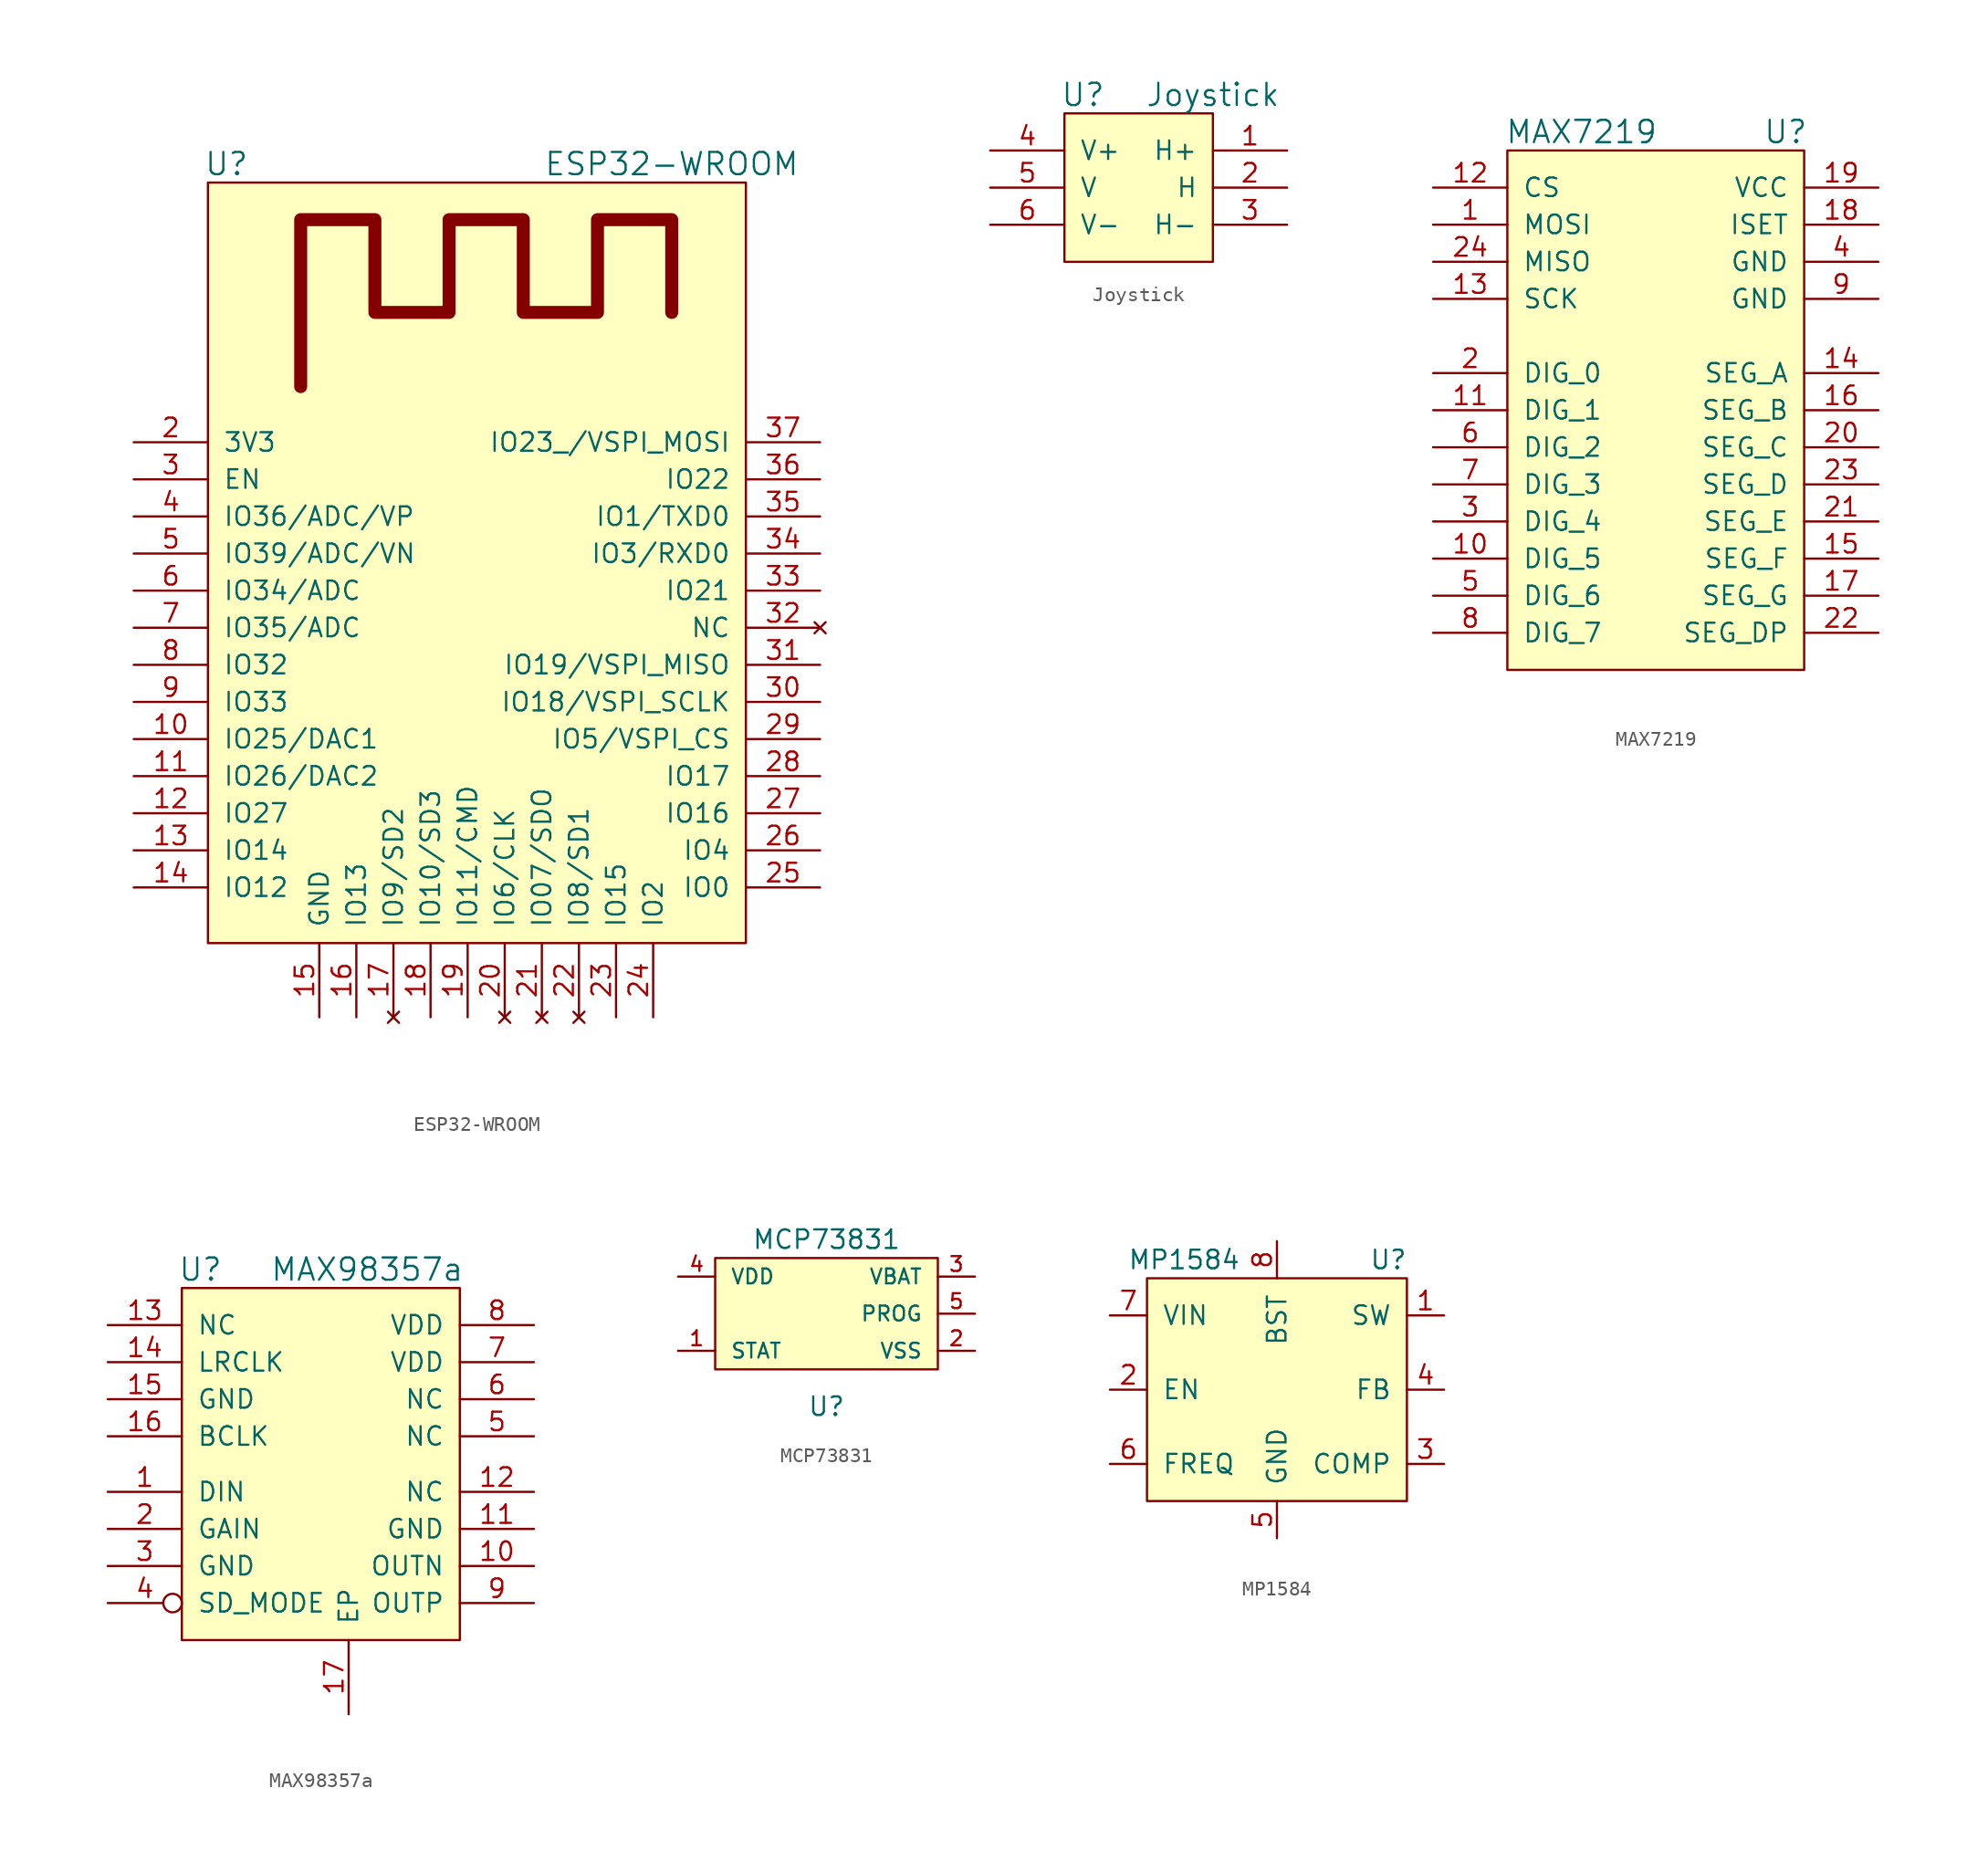
<source format=kicad_sym>
(kicad_symbol_lib
  (version 20211014)
  (generator kicad_symbol_editor)
  (symbol "ESP32-WROOM"
    (pin_names
      (offset 1.016))
    (property "Reference" "U"
      (at -17.78 31.75 0)
      (effects (font (size 1.524 1.524))))
    (property "Value" "ESP32-WROOM"
      (at 12.7 31.75 0)
      (effects (font (size 1.524 1.524))))
    (symbol "ESP32-WROOM_0_1"
      (rectangle (start -19.05 30.48) (end 17.78 -21.59) (stroke (width 0) (type default) (color 0 0 0 0)) (fill (type background)))
      (polyline (pts (xy -12.7 16.51) (xy -12.7 27.94) (xy -7.62 27.94) (xy -7.62 21.59) (xy -2.54 21.59) (xy -2.54 27.94) (xy 2.54 27.94) (xy 2.54 21.59) (xy 7.62 21.59) (xy 7.62 27.94) (xy 12.7 27.94) (xy 12.7 21.59)) (stroke (width 0.889) (type default) (color 0 0 0 0)) (fill (type none))))
    (symbol "ESP32-WROOM_1_1"
      (pin power_out line (at -11.43 -26.67 90) (length 5.08) hide (name "GND" (effects (font (size 1.27 1.27)))) (number "1" (effects (font (size 1.27 1.27)))))
      (pin bidirectional line (at -24.13 -7.62 0) (length 5.08) (name "IO25/DAC1" (effects (font (size 1.27 1.27)))) (number "10" (effects (font (size 1.27 1.27)))))
      (pin bidirectional line (at -24.13 -10.16 0) (length 5.08) (name "IO26/DAC2" (effects (font (size 1.27 1.27)))) (number "11" (effects (font (size 1.27 1.27)))))
      (pin bidirectional line (at -24.13 -12.7 0) (length 5.08) (name "IO27" (effects (font (size 1.27 1.27)))) (number "12" (effects (font (size 1.27 1.27)))))
      (pin bidirectional line (at -24.13 -15.24 0) (length 5.08) (name "IO14" (effects (font (size 1.27 1.27)))) (number "13" (effects (font (size 1.27 1.27)))))
      (pin bidirectional line (at -24.13 -17.78 0) (length 5.08) (name "IO12" (effects (font (size 1.27 1.27)))) (number "14" (effects (font (size 1.27 1.27)))))
      (pin power_in line (at -11.43 -26.67 90) (length 5.08) (name "GND" (effects (font (size 1.27 1.27)))) (number "15" (effects (font (size 1.27 1.27)))))
      (pin bidirectional line (at -8.89 -26.67 90) (length 5.08) (name "IO13" (effects (font (size 1.27 1.27)))) (number "16" (effects (font (size 1.27 1.27)))))
      (pin no_connect line (at -6.35 -26.67 90) (length 5.08) (name "IO9/SD2" (effects (font (size 1.27 1.27)))) (number "17" (effects (font (size 1.27 1.27)))))
      (pin bidirectional line (at -3.81 -26.67 90) (length 5.08) (name "IO10/SD3" (effects (font (size 1.27 1.27)))) (number "18" (effects (font (size 1.27 1.27)))))
      (pin bidirectional line (at -1.27 -26.67 90) (length 5.08) (name "IO11/CMD" (effects (font (size 1.27 1.27)))) (number "19" (effects (font (size 1.27 1.27)))))
      (pin power_in line (at -24.13 12.7 0) (length 5.08) (name "3V3" (effects (font (size 1.27 1.27)))) (number "2" (effects (font (size 1.27 1.27)))))
      (pin no_connect line (at 1.27 -26.67 90) (length 5.08) (name "IO6/CLK" (effects (font (size 1.27 1.27)))) (number "20" (effects (font (size 1.27 1.27)))))
      (pin no_connect line (at 3.81 -26.67 90) (length 5.08) (name "IO07/SDO" (effects (font (size 1.27 1.27)))) (number "21" (effects (font (size 1.27 1.27)))))
      (pin no_connect line (at 6.35 -26.67 90) (length 5.08) (name "IO8/SD1" (effects (font (size 1.27 1.27)))) (number "22" (effects (font (size 1.27 1.27)))))
      (pin bidirectional line (at 8.89 -26.67 90) (length 5.08) (name "IO15" (effects (font (size 1.27 1.27)))) (number "23" (effects (font (size 1.27 1.27)))))
      (pin bidirectional line (at 11.43 -26.67 90) (length 5.08) (name "IO2" (effects (font (size 1.27 1.27)))) (number "24" (effects (font (size 1.27 1.27)))))
      (pin bidirectional line (at 22.86 -17.78 180) (length 5.08) (name "IO0" (effects (font (size 1.27 1.27)))) (number "25" (effects (font (size 1.27 1.27)))))
      (pin bidirectional line (at 22.86 -15.24 180) (length 5.08) (name "IO4" (effects (font (size 1.27 1.27)))) (number "26" (effects (font (size 1.27 1.27)))))
      (pin bidirectional line (at 22.86 -12.7 180) (length 5.08) (name "IO16" (effects (font (size 1.27 1.27)))) (number "27" (effects (font (size 1.27 1.27)))))
      (pin bidirectional line (at 22.86 -10.16 180) (length 5.08) (name "IO17" (effects (font (size 1.27 1.27)))) (number "28" (effects (font (size 1.27 1.27)))))
      (pin bidirectional line (at 22.86 -7.62 180) (length 5.08) (name "IO5/VSPI_CS" (effects (font (size 1.27 1.27)))) (number "29" (effects (font (size 1.27 1.27)))))
      (pin input line (at -24.13 10.16 0) (length 5.08) (name "EN" (effects (font (size 1.27 1.27)))) (number "3" (effects (font (size 1.27 1.27)))))
      (pin bidirectional line (at 22.86 -5.08 180) (length 5.08) (name "IO18/VSPI_SCLK" (effects (font (size 1.27 1.27)))) (number "30" (effects (font (size 1.27 1.27)))))
      (pin bidirectional line (at 22.86 -2.54 180) (length 5.08) (name "IO19/VSPI_MISO" (effects (font (size 1.27 1.27)))) (number "31" (effects (font (size 1.27 1.27)))))
      (pin no_connect line (at 22.86 0 180) (length 5.08) (name "NC" (effects (font (size 1.27 1.27)))) (number "32" (effects (font (size 1.27 1.27)))))
      (pin bidirectional line (at 22.86 2.54 180) (length 5.08) (name "IO21" (effects (font (size 1.27 1.27)))) (number "33" (effects (font (size 1.27 1.27)))))
      (pin bidirectional line (at 22.86 5.08 180) (length 5.08) (name "IO3/RXD0" (effects (font (size 1.27 1.27)))) (number "34" (effects (font (size 1.27 1.27)))))
      (pin bidirectional line (at 22.86 7.62 180) (length 5.08) (name "IO1/TXD0" (effects (font (size 1.27 1.27)))) (number "35" (effects (font (size 1.27 1.27)))))
      (pin bidirectional line (at 22.86 10.16 180) (length 5.08) (name "IO22" (effects (font (size 1.27 1.27)))) (number "36" (effects (font (size 1.27 1.27)))))
      (pin bidirectional line (at 22.86 12.7 180) (length 5.08) (name "IO23_/VSPI_MOSI" (effects (font (size 1.27 1.27)))) (number "37" (effects (font (size 1.27 1.27)))))
      (pin power_in line (at -11.43 -26.67 90) (length 5.08) hide (name "GND" (effects (font (size 1.27 1.27)))) (number "38" (effects (font (size 1.27 1.27)))))
      (pin power_in line (at -11.43 -26.67 90) (length 5.08) hide (name "GND-PAD" (effects (font (size 1.27 1.27)))) (number "39" (effects (font (size 1.27 1.27)))))
      (pin input line (at -24.13 7.62 0) (length 5.08) (name "IO36/ADC/VP" (effects (font (size 1.27 1.27)))) (number "4" (effects (font (size 1.27 1.27)))))
      (pin input line (at -24.13 5.08 0) (length 5.08) (name "IO39/ADC/VN" (effects (font (size 1.27 1.27)))) (number "5" (effects (font (size 1.27 1.27)))))
      (pin input line (at -24.13 2.54 0) (length 5.08) (name "IO34/ADC" (effects (font (size 1.27 1.27)))) (number "6" (effects (font (size 1.27 1.27)))))
      (pin input line (at -24.13 0 0) (length 5.08) (name "IO35/ADC" (effects (font (size 1.27 1.27)))) (number "7" (effects (font (size 1.27 1.27)))))
      (pin bidirectional line (at -24.13 -2.54 0) (length 5.08) (name "IO32" (effects (font (size 1.27 1.27)))) (number "8" (effects (font (size 1.27 1.27)))))
      (pin bidirectional line (at -24.13 -5.08 0) (length 5.08) (name "IO33" (effects (font (size 1.27 1.27)))) (number "9" (effects (font (size 1.27 1.27)))))))
  (symbol "Joystick"
    (pin_names
      (offset 1.016))
    (property "Reference" "U"
      (at -3.81 8.89 0)
      (effects (font (size 1.524 1.524))))
    (property "Value" "Joystick"
      (at 5.08 8.89 0)
      (effects (font (size 1.524 1.524))))
    (symbol "Joystick_0_1"
      (rectangle (start -5.08 7.62) (end 5.08 -2.54) (stroke (width 0) (type default) (color 0 0 0 0)) (fill (type background))))
    (symbol "Joystick_1_1"
      (pin input line (at 10.16 5.08 180) (length 5.08) (name "H+" (effects (font (size 1.27 1.27)))) (number "1" (effects (font (size 1.27 1.27)))))
      (pin output line (at 10.16 2.54 180) (length 5.08) (name "H" (effects (font (size 1.27 1.27)))) (number "2" (effects (font (size 1.27 1.27)))))
      (pin input line (at 10.16 0 180) (length 5.08) (name "H-" (effects (font (size 1.27 1.27)))) (number "3" (effects (font (size 1.27 1.27)))))
      (pin input line (at -10.16 5.08 0) (length 5.08) (name "V+" (effects (font (size 1.27 1.27)))) (number "4" (effects (font (size 1.27 1.27)))))
      (pin output line (at -10.16 2.54 0) (length 5.08) (name "V" (effects (font (size 1.27 1.27)))) (number "5" (effects (font (size 1.27 1.27)))))
      (pin input line (at -10.16 0 0) (length 5.08) (name "V-" (effects (font (size 1.27 1.27)))) (number "6" (effects (font (size 1.27 1.27)))))))
  (symbol "MAX7219"
    (pin_names
      (offset 1.016))
    (property "Reference" "U"
      (at 8.89 21.59 0)
      (effects (font (size 1.524 1.524))))
    (property "Value" "MAX7219"
      (at -5.08 21.59 0)
      (effects (font (size 1.524 1.524))))
    (symbol "MAX7219_0_1"
      (rectangle (start -10.16 20.32) (end 10.16 -15.24) (stroke (width 0) (type default) (color 0 0 0 0)) (fill (type background))))
    (symbol "MAX7219_1_1"
      (pin input line (at -15.24 15.24 0) (length 5.08) (name "MOSI" (effects (font (size 1.27 1.27)))) (number "1" (effects (font (size 1.27 1.27)))))
      (pin input line (at -15.24 -7.62 0) (length 5.08) (name "DIG_5" (effects (font (size 1.27 1.27)))) (number "10" (effects (font (size 1.27 1.27)))))
      (pin input line (at -15.24 2.54 0) (length 5.08) (name "DIG_1" (effects (font (size 1.27 1.27)))) (number "11" (effects (font (size 1.27 1.27)))))
      (pin input line (at -15.24 17.78 0) (length 5.08) (name "CS" (effects (font (size 1.27 1.27)))) (number "12" (effects (font (size 1.27 1.27)))))
      (pin input line (at -15.24 10.16 0) (length 5.08) (name "SCK" (effects (font (size 1.27 1.27)))) (number "13" (effects (font (size 1.27 1.27)))))
      (pin input line (at 15.24 5.08 180) (length 5.08) (name "SEG_A" (effects (font (size 1.27 1.27)))) (number "14" (effects (font (size 1.27 1.27)))))
      (pin input line (at 15.24 -7.62 180) (length 5.08) (name "SEG_F" (effects (font (size 1.27 1.27)))) (number "15" (effects (font (size 1.27 1.27)))))
      (pin input line (at 15.24 2.54 180) (length 5.08) (name "SEG_B" (effects (font (size 1.27 1.27)))) (number "16" (effects (font (size 1.27 1.27)))))
      (pin input line (at 15.24 -10.16 180) (length 5.08) (name "SEG_G" (effects (font (size 1.27 1.27)))) (number "17" (effects (font (size 1.27 1.27)))))
      (pin input line (at 15.24 15.24 180) (length 5.08) (name "ISET" (effects (font (size 1.27 1.27)))) (number "18" (effects (font (size 1.27 1.27)))))
      (pin input line (at 15.24 17.78 180) (length 5.08) (name "VCC" (effects (font (size 1.27 1.27)))) (number "19" (effects (font (size 1.27 1.27)))))
      (pin input line (at -15.24 5.08 0) (length 5.08) (name "DIG_0" (effects (font (size 1.27 1.27)))) (number "2" (effects (font (size 1.27 1.27)))))
      (pin input line (at 15.24 0 180) (length 5.08) (name "SEG_C" (effects (font (size 1.27 1.27)))) (number "20" (effects (font (size 1.27 1.27)))))
      (pin input line (at 15.24 -5.08 180) (length 5.08) (name "SEG_E" (effects (font (size 1.27 1.27)))) (number "21" (effects (font (size 1.27 1.27)))))
      (pin input line (at 15.24 -12.7 180) (length 5.08) (name "SEG_DP" (effects (font (size 1.27 1.27)))) (number "22" (effects (font (size 1.27 1.27)))))
      (pin input line (at 15.24 -2.54 180) (length 5.08) (name "SEG_D" (effects (font (size 1.27 1.27)))) (number "23" (effects (font (size 1.27 1.27)))))
      (pin input line (at -15.24 12.7 0) (length 5.08) (name "MISO" (effects (font (size 1.27 1.27)))) (number "24" (effects (font (size 1.27 1.27)))))
      (pin input line (at -15.24 -5.08 0) (length 5.08) (name "DIG_4" (effects (font (size 1.27 1.27)))) (number "3" (effects (font (size 1.27 1.27)))))
      (pin input line (at 15.24 12.7 180) (length 5.08) (name "GND" (effects (font (size 1.27 1.27)))) (number "4" (effects (font (size 1.27 1.27)))))
      (pin input line (at -15.24 -10.16 0) (length 5.08) (name "DIG_6" (effects (font (size 1.27 1.27)))) (number "5" (effects (font (size 1.27 1.27)))))
      (pin input line (at -15.24 0 0) (length 5.08) (name "DIG_2" (effects (font (size 1.27 1.27)))) (number "6" (effects (font (size 1.27 1.27)))))
      (pin input line (at -15.24 -2.54 0) (length 5.08) (name "DIG_3" (effects (font (size 1.27 1.27)))) (number "7" (effects (font (size 1.27 1.27)))))
      (pin input line (at -15.24 -12.7 0) (length 5.08) (name "DIG_7" (effects (font (size 1.27 1.27)))) (number "8" (effects (font (size 1.27 1.27)))))
      (pin input line (at 15.24 10.16 180) (length 5.08) (name "GND" (effects (font (size 1.27 1.27)))) (number "9" (effects (font (size 1.27 1.27)))))))
  (symbol "MAX98357a"
    (pin_names
      (offset 1.016))
    (property "Reference" "U"
      (at -8.89 13.97 0)
      (effects (font (size 1.524 1.524))))
    (property "Value" "MAX98357a"
      (at 2.54 13.97 0)
      (effects (font (size 1.524 1.524))))
    (symbol "MAX98357a_0_1"
      (rectangle (start -10.16 12.7) (end 8.89 -11.43) (stroke (width 0) (type default) (color 0 0 0 0)) (fill (type background))))
    (symbol "MAX98357a_1_1"
      (pin input line (at -15.24 -1.27 0) (length 5.08) (name "DIN" (effects (font (size 1.27 1.27)))) (number "1" (effects (font (size 1.27 1.27)))))
      (pin input line (at 13.97 -6.35 180) (length 5.08) (name "OUTN" (effects (font (size 1.27 1.27)))) (number "10" (effects (font (size 1.27 1.27)))))
      (pin input line (at 13.97 -3.81 180) (length 5.08) (name "GND" (effects (font (size 1.27 1.27)))) (number "11" (effects (font (size 1.27 1.27)))))
      (pin input line (at 13.97 -1.27 180) (length 5.08) (name "NC" (effects (font (size 1.27 1.27)))) (number "12" (effects (font (size 1.27 1.27)))))
      (pin input line (at -15.24 10.16 0) (length 5.08) (name "NC" (effects (font (size 1.27 1.27)))) (number "13" (effects (font (size 1.27 1.27)))))
      (pin input line (at -15.24 7.62 0) (length 5.08) (name "LRCLK" (effects (font (size 1.27 1.27)))) (number "14" (effects (font (size 1.27 1.27)))))
      (pin input line (at -15.24 5.08 0) (length 5.08) (name "GND" (effects (font (size 1.27 1.27)))) (number "15" (effects (font (size 1.27 1.27)))))
      (pin input line (at -15.24 2.54 0) (length 5.08) (name "BCLK" (effects (font (size 1.27 1.27)))) (number "16" (effects (font (size 1.27 1.27)))))
      (pin input line (at 1.27 -16.51 90) (length 5.08) (name "EP" (effects (font (size 1.27 1.27)))) (number "17" (effects (font (size 1.27 1.27)))))
      (pin input line (at -15.24 -3.81 0) (length 5.08) (name "GAIN" (effects (font (size 1.27 1.27)))) (number "2" (effects (font (size 1.27 1.27)))))
      (pin input line (at -15.24 -6.35 0) (length 5.08) (name "GND" (effects (font (size 1.27 1.27)))) (number "3" (effects (font (size 1.27 1.27)))))
      (pin input inverted (at -15.24 -8.89 0) (length 5.08) (name "SD_MODE" (effects (font (size 1.27 1.27)))) (number "4" (effects (font (size 1.27 1.27)))))
      (pin input line (at 13.97 2.54 180) (length 5.08) (name "NC" (effects (font (size 1.27 1.27)))) (number "5" (effects (font (size 1.27 1.27)))))
      (pin input line (at 13.97 5.08 180) (length 5.08) (name "NC" (effects (font (size 1.27 1.27)))) (number "6" (effects (font (size 1.27 1.27)))))
      (pin input line (at 13.97 7.62 180) (length 5.08) (name "VDD" (effects (font (size 1.27 1.27)))) (number "7" (effects (font (size 1.27 1.27)))))
      (pin input line (at 13.97 10.16 180) (length 5.08) (name "VDD" (effects (font (size 1.27 1.27)))) (number "8" (effects (font (size 1.27 1.27)))))
      (pin input line (at 13.97 -8.89 180) (length 5.08) (name "OUTP" (effects (font (size 1.27 1.27)))) (number "9" (effects (font (size 1.27 1.27)))))))
  (symbol "MCP73831"
    (pin_names
      (offset 1.016))
    (property "Reference" "U"
      (at 0 -6.35 0)
      (effects (font (size 1.27 1.27))))
    (property "Value" "MCP73831"
      (at 0 5.08 0)
      (effects (font (size 1.27 1.27))))
    (property "Footprint" ""
      (at 0 0 0)
      (effects (font (size 1.524 1.524))))
    (property "Datasheet" ""
      (at 0 0 0)
      (effects (font (size 1.524 1.524))))
    (symbol "MCP73831_0_1"
      (rectangle (start -7.62 3.81) (end 7.62 -3.81) (stroke (width 0) (type default) (color 0 0 0 0)) (fill (type background))))
    (symbol "MCP73831_1_1"
      (pin input line (at -10.16 -2.54 0) (length 2.54) (name "STAT" (effects (font (size 1.016 1.016)))) (number "1" (effects (font (size 1.016 1.016)))))
      (pin input line (at 10.16 -2.54 180) (length 2.54) (name "VSS" (effects (font (size 1.016 1.016)))) (number "2" (effects (font (size 1.016 1.016)))))
      (pin input line (at 10.16 2.54 180) (length 2.54) (name "VBAT" (effects (font (size 1.016 1.016)))) (number "3" (effects (font (size 1.016 1.016)))))
      (pin input line (at -10.16 2.54 0) (length 2.54) (name "VDD" (effects (font (size 1.016 1.016)))) (number "4" (effects (font (size 1.016 1.016)))))
      (pin input line (at 10.16 0 180) (length 2.54) (name "PROG" (effects (font (size 1.016 1.016)))) (number "5" (effects (font (size 1.016 1.016)))))))
  (symbol "MP1584"
    (pin_names
      (offset 1.016))
    (property "Reference" "U"
      (at 7.62 7.62 0)
      (effects (font (size 1.27 1.27))))
    (property "Value" "MP1584"
      (at -6.35 7.62 0)
      (effects (font (size 1.27 1.27))))
    (symbol "MP1584_0_1"
      (rectangle (start -8.89 6.35) (end 8.89 -8.89) (stroke (width 0) (type default) (color 0 0 0 0)) (fill (type background))))
    (symbol "MP1584_1_1"
      (pin output line (at 11.43 3.81 180) (length 2.54) (name "SW" (effects (font (size 1.27 1.27)))) (number "1" (effects (font (size 1.27 1.27)))))
      (pin input line (at -11.43 -1.27 0) (length 2.54) (name "EN" (effects (font (size 1.27 1.27)))) (number "2" (effects (font (size 1.27 1.27)))))
      (pin output line (at 11.43 -6.35 180) (length 2.54) (name "COMP" (effects (font (size 1.27 1.27)))) (number "3" (effects (font (size 1.27 1.27)))))
      (pin output line (at 11.43 -1.27 180) (length 2.54) (name "FB" (effects (font (size 1.27 1.27)))) (number "4" (effects (font (size 1.27 1.27)))))
      (pin power_in line (at 0 -11.43 90) (length 2.54) (name "GND" (effects (font (size 1.27 1.27)))) (number "5" (effects (font (size 1.27 1.27)))))
      (pin input line (at -11.43 -6.35 0) (length 2.54) (name "FREQ" (effects (font (size 1.27 1.27)))) (number "6" (effects (font (size 1.27 1.27)))))
      (pin power_in line (at -11.43 3.81 0) (length 2.54) (name "VIN" (effects (font (size 1.27 1.27)))) (number "7" (effects (font (size 1.27 1.27)))))
      (pin output line (at 0 8.89 270) (length 2.54) (name "BST" (effects (font (size 1.27 1.27)))) (number "8" (effects (font (size 1.27 1.27)))))
      (pin power_in line (at 0 -11.43 90) (length 2.54) hide (name "T" (effects (font (size 1.27 1.27)))) (number "9" (effects (font (size 1.27 1.27))))))))
</source>
